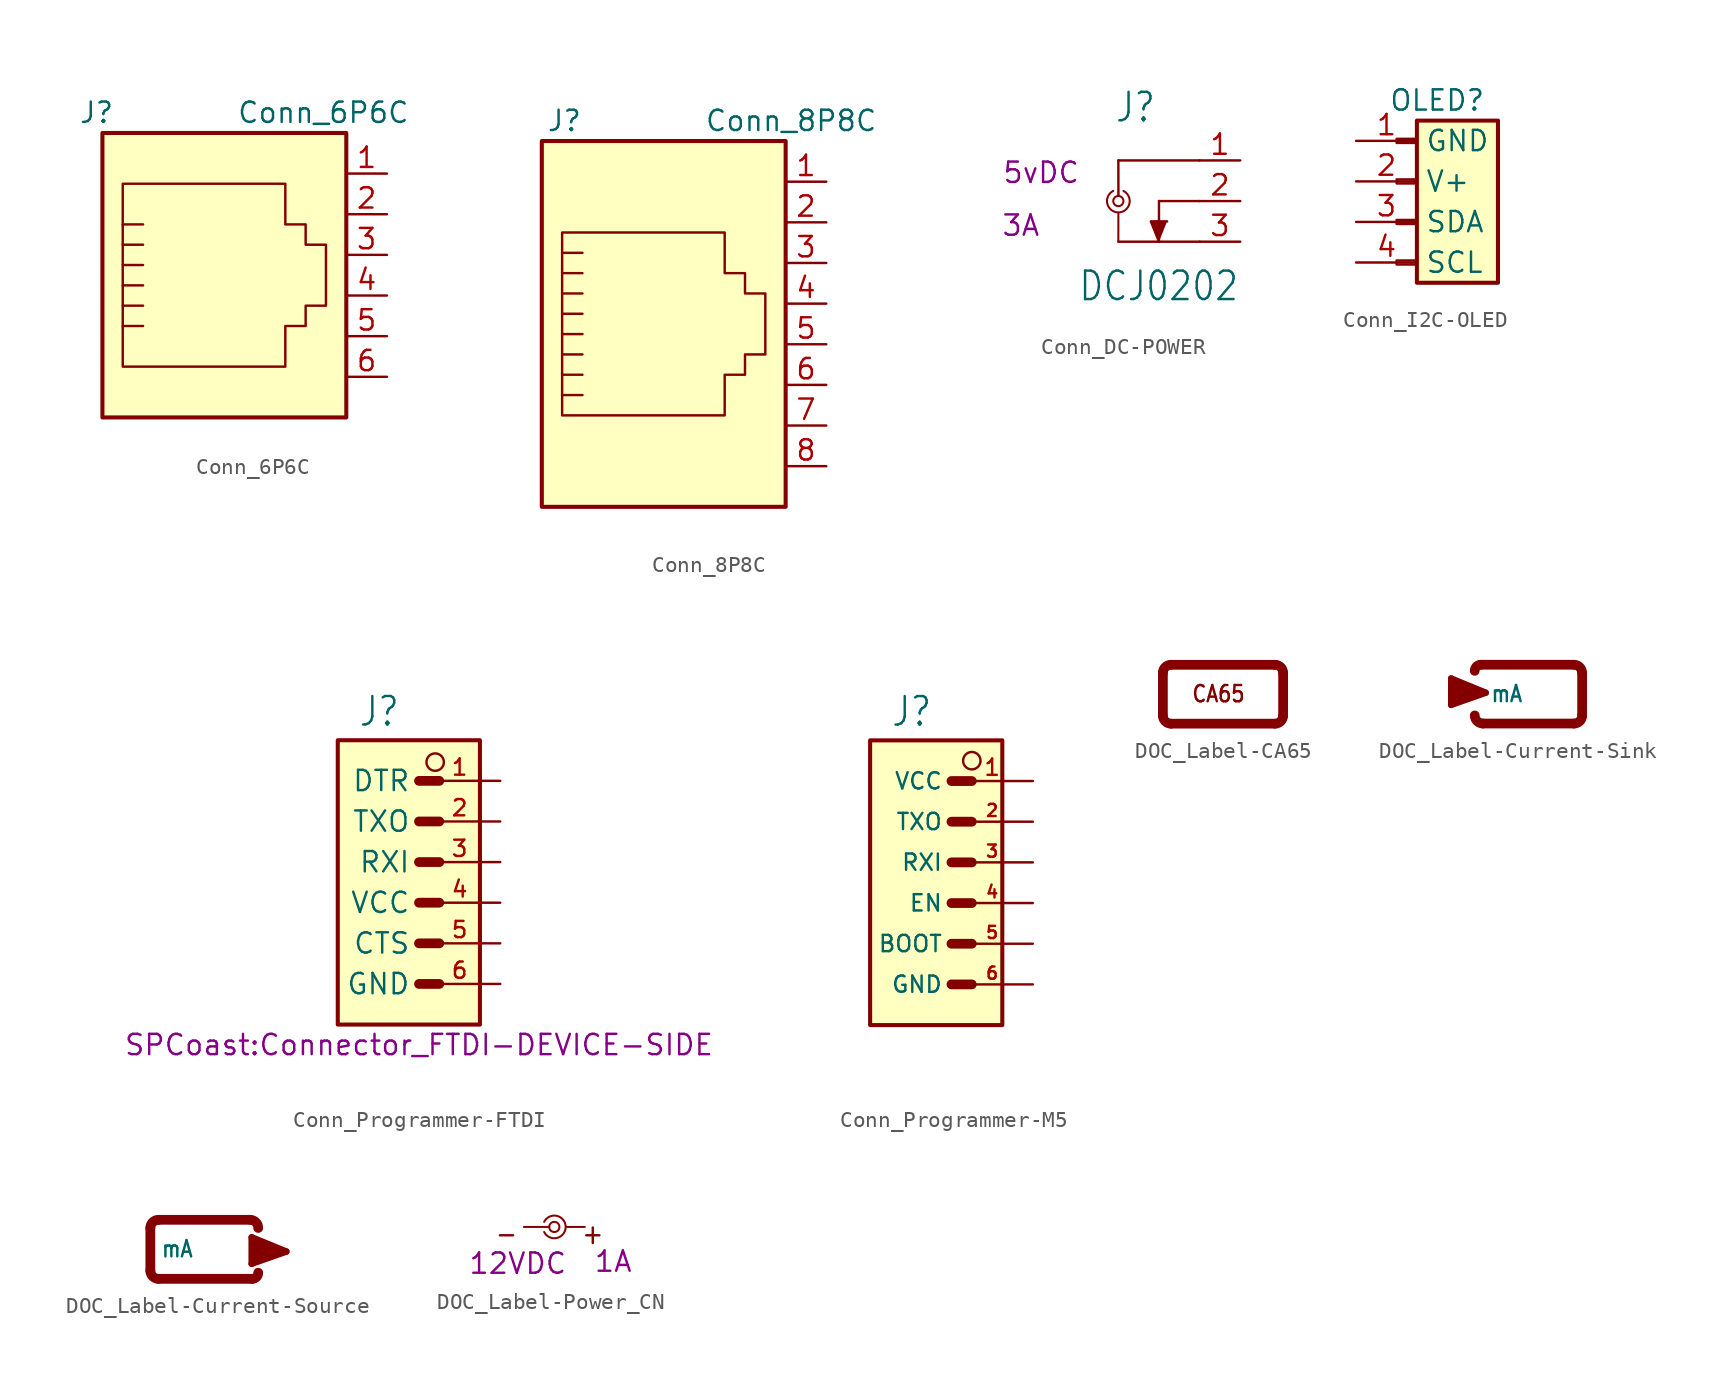
<source format=kicad_sym>
(kicad_symbol_lib
  (version 20241209)
  (generator "kicad_symbol_editor")
  (generator_version "9.0")
  (symbol "Conn_6P6C"
    (pin_names
      (offset 1.016))
    (property "Reference" "J"
      (at -6.858 8.89 0)
      (effects (font (size 1.27 1.27)) (justify right)))
    (property "Value" "Conn_6P6C"
      (at 0.762 8.89 0)
      (effects (font (size 1.27 1.27)) (justify left)))
    (symbol "Conn_6P6C_0_1"
      (polyline (pts (xy -6.35 4.445) (xy -6.35 -6.985) (xy 3.81 -6.985) (xy 3.81 -4.445) (xy 5.08 -4.445) (xy 5.08 -3.175) (xy 6.35 -3.175) (xy 6.35 0.635) (xy 5.08 0.635) (xy 5.08 1.905) (xy 3.81 1.905) (xy 3.81 4.445) (xy -6.35 4.445) (xy -6.35 4.445)) (stroke (width 0) (type default)) (fill (type none)))
      (polyline (pts (xy -6.35 1.905) (xy -5.08 1.905) (xy -5.08 1.905)) (stroke (width 0) (type default)) (fill (type none)))
      (polyline (pts (xy -6.35 0.635) (xy -5.08 0.635) (xy -5.08 0.635)) (stroke (width 0) (type default)) (fill (type none)))
      (polyline (pts (xy -6.35 -0.635) (xy -5.08 -0.635) (xy -5.08 -0.635)) (stroke (width 0) (type default)) (fill (type none)))
      (polyline (pts (xy -6.35 -1.905) (xy -5.08 -1.905) (xy -5.08 -1.905)) (stroke (width 0) (type default)) (fill (type none)))
      (polyline (pts (xy -6.35 -3.175) (xy -5.08 -3.175) (xy -5.08 -3.175)) (stroke (width 0) (type default)) (fill (type none)))
      (polyline (pts (xy -5.08 -4.445) (xy -6.35 -4.445) (xy -6.35 -4.445)) (stroke (width 0) (type default)) (fill (type none)))
      (rectangle (start 7.62 -10.16) (end -7.62 7.62) (stroke (width 0.254) (type default)) (fill (type background))))
    (symbol "Conn_6P6C_1_1"
      (pin passive line (at 10.16 5.08 180) (length 2.54) (name "~" (effects (font (size 1.27 1.27)))) (number "1" (effects (font (size 1.27 1.27)))))
      (pin passive line (at 10.16 2.54 180) (length 2.54) (name "~" (effects (font (size 1.27 1.27)))) (number "2" (effects (font (size 1.27 1.27)))))
      (pin passive line (at 10.16 0 180) (length 2.54) (name "~" (effects (font (size 1.27 1.27)))) (number "3" (effects (font (size 1.27 1.27)))))
      (pin passive line (at 10.16 -2.54 180) (length 2.54) (name "~" (effects (font (size 1.27 1.27)))) (number "4" (effects (font (size 1.27 1.27)))))
      (pin passive line (at 10.16 -5.08 180) (length 2.54) (name "~" (effects (font (size 1.27 1.27)))) (number "5" (effects (font (size 1.27 1.27)))))
      (pin passive line (at 10.16 -7.62 180) (length 2.54) (name "~" (effects (font (size 1.27 1.27)))) (number "6" (effects (font (size 1.27 1.27)))))))
  (symbol "Conn_8P8C"
    (pin_names
      (offset 1.016))
    (property "Reference" "J"
      (at -5.08 13.97 0)
      (effects (font (size 1.27 1.27)) (justify right)))
    (property "Value" "Conn_8P8C"
      (at 2.54 13.97 0)
      (effects (font (size 1.27 1.27)) (justify left)))
    (symbol "Conn_8P8C_0_1"
      (polyline (pts (xy -6.35 6.985) (xy -6.35 -4.445) (xy 3.81 -4.445) (xy 3.81 -1.905) (xy 5.08 -1.905) (xy 5.08 -0.635) (xy 6.35 -0.635) (xy 6.35 3.175) (xy 5.08 3.175) (xy 5.08 4.445) (xy 3.81 4.445) (xy 3.81 6.985) (xy -6.35 6.985) (xy -6.35 6.985)) (stroke (width 0) (type default)) (fill (type none)))
      (polyline (pts (xy -6.35 5.715) (xy -5.08 5.715) (xy -5.08 5.715)) (stroke (width 0) (type default)) (fill (type none)))
      (polyline (pts (xy -6.35 4.445) (xy -5.08 4.445) (xy -5.08 4.445)) (stroke (width 0) (type default)) (fill (type none)))
      (polyline (pts (xy -6.35 3.175) (xy -5.08 3.175) (xy -5.08 3.175)) (stroke (width 0) (type default)) (fill (type none)))
      (polyline (pts (xy -6.35 1.905) (xy -5.08 1.905) (xy -5.08 1.905)) (stroke (width 0) (type default)) (fill (type none)))
      (polyline (pts (xy -6.35 0.635) (xy -5.08 0.635) (xy -5.08 0.635)) (stroke (width 0) (type default)) (fill (type none)))
      (polyline (pts (xy -5.08 -0.635) (xy -6.35 -0.635) (xy -6.35 -0.635)) (stroke (width 0) (type default)) (fill (type none)))
      (polyline (pts (xy -5.08 -1.905) (xy -6.35 -1.905)) (stroke (width 0) (type default)) (fill (type none)))
      (polyline (pts (xy -5.08 -3.175) (xy -6.35 -3.175)) (stroke (width 0) (type default)) (fill (type none)))
      (rectangle (start 7.62 -10.16) (end -7.62 12.7) (stroke (width 0.254) (type default)) (fill (type background))))
    (symbol "Conn_8P8C_1_1"
      (pin passive line (at 10.16 10.16 180) (length 2.54) (name "~" (effects (font (size 1.27 1.27)))) (number "1" (effects (font (size 1.27 1.27)))))
      (pin passive line (at 10.16 7.62 180) (length 2.54) (name "~" (effects (font (size 1.27 1.27)))) (number "2" (effects (font (size 1.27 1.27)))))
      (pin passive line (at 10.16 5.08 180) (length 2.54) (name "~" (effects (font (size 1.27 1.27)))) (number "3" (effects (font (size 1.27 1.27)))))
      (pin passive line (at 10.16 2.54 180) (length 2.54) (name "~" (effects (font (size 1.27 1.27)))) (number "4" (effects (font (size 1.27 1.27)))))
      (pin passive line (at 10.16 0 180) (length 2.54) (name "~" (effects (font (size 1.27 1.27)))) (number "5" (effects (font (size 1.27 1.27)))))
      (pin passive line (at 10.16 -2.54 180) (length 2.54) (name "~" (effects (font (size 1.27 1.27)))) (number "6" (effects (font (size 1.27 1.27)))))
      (pin passive line (at 10.16 -5.08 180) (length 2.54) (name "~" (effects (font (size 1.27 1.27)))) (number "7" (effects (font (size 1.27 1.27)))))
      (pin passive line (at 10.16 -7.62 180) (length 2.54) (name "~" (effects (font (size 1.27 1.27)))) (number "8" (effects (font (size 1.27 1.27)))))))
  (symbol "Conn_DC-POWER"
    (property "Reference" "J"
      (at -0.254 4.826 0)
      (effects (font (size 1.778 1.511)) (justify left bottom)))
    (property "Value" "DCJ0202"
      (at -2.54 -6.35 0)
      (effects (font (size 1.778 1.511)) (justify left bottom)))
    (property "Voltage" "5vDC"
      (at -4.826 1.778 0)
      (effects (font (size 1.27 1.27))))
    (property "Amperage" "3A"
      (at -6.096 -1.524 0)
      (effects (font (size 1.27 1.27))))
    (symbol "Conn_DC-POWER_1_0"
      (polyline (pts (xy 0 2.54) (xy 0.005 0.33)) (stroke (width 0.152) (type solid)) (fill (type none)))
      (polyline (pts (xy 0 2.54) (xy 5.08 2.54)) (stroke (width 0.152) (type solid)) (fill (type none)))
      (circle (center 0 0) (radius 0.318) (stroke (width 0.127) (type solid)) (fill (type none)))
      (arc (start 0.3175 0.635) (mid 0 -0.71) (end -0.3175 0.635) (stroke (width 0.127) (type solid)) (fill (type none)))
      (polyline (pts (xy 0.003 -0.778) (xy 0 -2.54)) (stroke (width 0.127) (type solid)) (fill (type none)))
      (polyline (pts (xy 2.54 0) (xy 2.54 -2.54)) (stroke (width 0.152) (type solid)) (fill (type none)))
      (polyline (pts (xy 2.54 -2.54) (xy 0 -2.54)) (stroke (width 0.152) (type solid)) (fill (type none)))
      (polyline (pts (xy 2.54 -2.54) (xy 2.032 -1.27) (xy 3.048 -1.27)) (stroke (width 0.152) (type solid)) (fill (type outline)))
      (polyline (pts (xy 5.08 0) (xy 2.54 0)) (stroke (width 0.152) (type solid)) (fill (type none)))
      (polyline (pts (xy 5.08 -2.54) (xy 2.54 -2.54)) (stroke (width 0.152) (type solid)) (fill (type none)))
      (pin power_out line (at 7.62 2.54 180) (length 2.54) (name "1" (effects (font (size 0 0)))) (number "1" (effects (font (size 1.27 1.27)))))
      (pin output line (at 7.62 0 180) (length 2.54) (name "2" (effects (font (size 0 0)))) (number "2" (effects (font (size 1.27 1.27)))))
      (pin power_out line (at 7.62 -2.54 180) (length 2.54) (name "3" (effects (font (size 0 0)))) (number "3" (effects (font (size 1.27 1.27)))))))
  (symbol "Conn_I2C-OLED"
    (property "Reference" "OLED"
      (at 0 2.54 0)
      (effects (font (size 1.27 1.27))))
    (symbol "Conn_I2C-OLED_1_1"
      (rectangle (start -2.54 0.127) (end -1.27 -0.127) (stroke (width 0.152) (type default)) (fill (type none)))
      (rectangle (start -2.54 -2.413) (end -1.27 -2.667) (stroke (width 0.152) (type default)) (fill (type none)))
      (rectangle (start -2.54 -4.953) (end -1.27 -5.207) (stroke (width 0.152) (type default)) (fill (type none)))
      (rectangle (start -2.54 -7.493) (end -1.27 -7.747) (stroke (width 0.152) (type default)) (fill (type none)))
      (rectangle (start -1.27 1.27) (end 3.81 -8.89) (stroke (width 0.254) (type default)) (fill (type background)))
      (pin passive line (at -5.08 0 0) (length 3.81) (name "GND" (effects (font (size 1.27 1.27)))) (number "1" (effects (font (size 1.27 1.27)))))
      (pin passive line (at -5.08 -2.54 0) (length 3.81) (name "V+" (effects (font (size 1.27 1.27)))) (number "2" (effects (font (size 1.27 1.27)))))
      (pin open_collector line (at -5.08 -5.08 0) (length 3.81) (name "SDA" (effects (font (size 1.27 1.27)))) (number "3" (effects (font (size 1.27 1.27)))))
      (pin open_collector line (at -5.08 -7.62 0) (length 3.81) (name "SCL" (effects (font (size 1.27 1.27)))) (number "4" (effects (font (size 1.27 1.27)))))))
  (symbol "Conn_Programmer-FTDI"
    (property "Reference" "J"
      (at -3.81 8.382 0)
      (effects (font (size 1.778 1.511)) (justify left bottom)))
    (property "Value" ""
      (at -6.35 -12.7 0)
      (effects (font (size 1.778 1.511)) (justify left bottom)))
    (property "Footprint" "SPCoast:Connector_FTDI-DEVICE-SIDE"
      (at 0 -11.43 0)
      (effects (font (size 1.27 1.27))))
    (symbol "Conn_Programmer-FTDI_0_1"
      (circle (center 1.011 6.252) (radius 0.544) (stroke (width 0) (type default)) (fill (type none))))
    (symbol "Conn_Programmer-FTDI_1_0"
      (polyline (pts (xy 0 5.08) (xy 1.27 5.08)) (stroke (width 0.61) (type solid)) (fill (type none)))
      (polyline (pts (xy 0 2.54) (xy 1.27 2.54)) (stroke (width 0.61) (type solid)) (fill (type none)))
      (polyline (pts (xy 0 0) (xy 1.27 0)) (stroke (width 0.61) (type solid)) (fill (type none)))
      (polyline (pts (xy 0 -2.54) (xy 1.27 -2.54)) (stroke (width 0.61) (type solid)) (fill (type none)))
      (polyline (pts (xy 0 -5.08) (xy 1.27 -5.08)) (stroke (width 0.61) (type solid)) (fill (type none)))
      (polyline (pts (xy 0 -7.62) (xy 1.27 -7.62)) (stroke (width 0.61) (type solid)) (fill (type none)))
      (pin input line (at 5.08 5.08 180) (length 5.08) (name "DTR" (effects (font (size 1.27 1.27)))) (number "1" (effects (font (size 1.016 1.016)))))
      (pin output line (at 5.08 2.54 180) (length 5.08) (name "TXO" (effects (font (size 1.27 1.27)))) (number "2" (effects (font (size 1.016 1.016)))))
      (pin input line (at 5.08 0 180) (length 5.08) (name "RXI" (effects (font (size 1.27 1.27)))) (number "3" (effects (font (size 1.016 1.016)))))
      (pin power_in line (at 5.08 -2.54 180) (length 5.08) (name "VCC" (effects (font (size 1.27 1.27)))) (number "4" (effects (font (size 1.016 1.016)))))
      (pin input line (at 5.08 -5.08 180) (length 5.08) (name "CTS" (effects (font (size 1.27 1.27)))) (number "5" (effects (font (size 1.016 1.016)))))
      (pin power_in line (at 5.08 -7.62 180) (length 5.08) (name "GND" (effects (font (size 1.27 1.27)))) (number "6" (effects (font (size 1.016 1.016))))))
    (symbol "Conn_Programmer-FTDI_1_1"
      (rectangle (start -5.08 7.62) (end 3.81 -10.16) (stroke (width 0.254) (type default)) (fill (type background)))))
  (symbol "Conn_Programmer-M5"
    (property "Reference" "J"
      (at -3.81 8.382 0)
      (effects (font (size 1.778 1.511)) (justify left bottom)))
    (property "Value" ""
      (at -3.81 -12.7 0)
      (effects (font (size 1.778 1.511)) (justify left bottom)))
    (symbol "Conn_Programmer-M5_0_1"
      (circle (center 1.27 6.35) (radius 0.544) (stroke (width 0) (type default)) (fill (type none))))
    (symbol "Conn_Programmer-M5_1_0"
      (polyline (pts (xy 0 5.08) (xy 1.27 5.08)) (stroke (width 0.61) (type solid)) (fill (type none)))
      (polyline (pts (xy 0 2.54) (xy 1.27 2.54)) (stroke (width 0.61) (type solid)) (fill (type none)))
      (polyline (pts (xy 0 0) (xy 1.27 0)) (stroke (width 0.61) (type solid)) (fill (type none)))
      (polyline (pts (xy 0 -2.54) (xy 1.27 -2.54)) (stroke (width 0.61) (type solid)) (fill (type none)))
      (polyline (pts (xy 0 -5.08) (xy 1.27 -5.08)) (stroke (width 0.61) (type solid)) (fill (type none)))
      (polyline (pts (xy 0 -7.62) (xy 1.27 -7.62)) (stroke (width 0.61) (type solid)) (fill (type none)))
      (pin power_in line (at 5.08 5.08 180) (length 5.08) (name "VCC" (effects (font (size 1.016 1.016)))) (number "1" (effects (font (size 1.016 1.016)))))
      (pin output line (at 5.08 2.54 180) (length 5.08) (name "TXO" (effects (font (size 1.016 1.016)))) (number "2" (effects (font (size 0.762 0.762)))))
      (pin input line (at 5.08 0 180) (length 5.08) (name "RXI" (effects (font (size 1.016 1.016)))) (number "3" (effects (font (size 0.762 0.762)))))
      (pin input line (at 5.08 -2.54 180) (length 5.08) (name "EN" (effects (font (size 1.016 1.016)))) (number "4" (effects (font (size 0.762 0.762)))))
      (pin input line (at 5.08 -5.08 180) (length 5.08) (name "BOOT" (effects (font (size 1.016 1.016)))) (number "5" (effects (font (size 0.762 0.762)))))
      (pin power_in line (at 5.08 -7.62 180) (length 5.08) (name "GND" (effects (font (size 1.016 1.016)))) (number "6" (effects (font (size 0.762 0.762))))))
    (symbol "Conn_Programmer-M5_1_1"
      (rectangle (start -5.08 7.62) (end 3.175 -10.16) (stroke (width 0.254) (type default)) (fill (type background)))))
  (symbol "DOC_Label-CA65"
    (property "Reference" "Prop65"
      (at 0 0 0)
      (effects (font (size 1.27 1.27)) (hide yes)))
    (symbol "DOC_Label-CA65_1_0"
      (polyline (pts (xy -3.759 1.295) (xy -3.759 -1.372)) (stroke (width 0.61) (type solid)) (fill (type none)))
      (polyline (pts (xy -3.251 1.803) (xy 3.251 1.803)) (stroke (width 0.61) (type solid)) (fill (type none)))
      (arc (start -3.7592 1.2954) (mid -3.6104 1.6546) (end -3.2512 1.8034) (stroke (width 0.6096) (type solid)) (fill (type none)))
      (arc (start -3.2512 -1.8796) (mid -3.6104 -1.7308) (end -3.7592 -1.3716) (stroke (width 0.6096) (type solid)) (fill (type none)))
      (arc (start 3.7592 -1.3716) (mid 3.6099 -1.7302) (end 3.2512 -1.8796) (stroke (width 0.6096) (type solid)) (fill (type none)))
      (arc (start 3.2512 1.8034) (mid 3.6104 1.6546) (end 3.7592 1.2954) (stroke (width 0.6096) (type solid)) (fill (type none)))
      (polyline (pts (xy 3.251 -1.88) (xy -3.251 -1.88)) (stroke (width 0.61) (type solid)) (fill (type none)))
      (polyline (pts (xy 3.759 1.295) (xy 3.759 -1.372)) (stroke (width 0.61) (type solid)) (fill (type none)))
      (text "CA65" (at -2.007 -0.61 0) (effects (font (size 1.016 0.864)) (justify left bottom)))))
  (symbol "DOC_Label-Current-Sink"
    (pin_numbers
      (hide yes))
    (pin_names
      (offset 0)
      (hide yes))
    (property "Reference" "P"
      (at 5.461 0.127 0)
      (effects (font (size 1.27 1.27)) (hide yes)))
    (property "Value" "mA"
      (at -2.007 -0.61 0)
      (effects (font (size 1.016 0.864)) (justify left bottom)))
    (symbol "DOC_Label-Current-Sink_1_0"
      (polyline (pts (xy -4.445 0.94) (xy -2.286 0.051)) (stroke (width 0.406) (type solid)) (fill (type none)))
      (polyline (pts (xy -4.445 -0.711) (xy -4.445 0.94)) (stroke (width 0.406) (type solid)) (fill (type none)))
      (polyline (pts (xy -4.318 0.813) (xy -4.318 -0.457)) (stroke (width 0.406) (type solid)) (fill (type none)))
      (polyline (pts (xy -4.064 0.432) (xy -3.048 0.051)) (stroke (width 0.406) (type solid)) (fill (type none)))
      (polyline (pts (xy -3.937 -0.33) (xy -4.064 0.432)) (stroke (width 0.406) (type solid)) (fill (type none)))
      (polyline (pts (xy -3.048 0.051) (xy -3.81 -0.076)) (stroke (width 0.406) (type solid)) (fill (type none)))
      (polyline (pts (xy -2.591 1.803) (xy 3.251 1.803)) (stroke (width 0.61) (type solid)) (fill (type none)))
      (arc (start -2.9718 1.4224) (mid -2.8602 1.6918) (end -2.5908 1.8034) (stroke (width 0.6096) (type solid)) (fill (type none)))
      (arc (start -2.4638 -1.8796) (mid -2.823 -1.7308) (end -2.9718 -1.3716) (stroke (width 0.6096) (type solid)) (fill (type none)))
      (polyline (pts (xy -2.286 0.051) (xy -4.445 -0.711)) (stroke (width 0.406) (type solid)) (fill (type none)))
      (arc (start 3.7592 -1.3716) (mid 3.6099 -1.7302) (end 3.2512 -1.8796) (stroke (width 0.6096) (type solid)) (fill (type none)))
      (arc (start 3.2512 1.8034) (mid 3.6104 1.6546) (end 3.7592 1.2954) (stroke (width 0.6096) (type solid)) (fill (type none)))
      (polyline (pts (xy 3.251 -1.88) (xy -2.464 -1.88)) (stroke (width 0.61) (type solid)) (fill (type none)))
      (polyline (pts (xy 3.759 1.295) (xy 3.759 -1.372)) (stroke (width 0.61) (type solid)) (fill (type none)))))
  (symbol "DOC_Label-Current-Source"
    (pin_numbers
      (hide yes))
    (pin_names
      (offset 0)
      (hide yes))
    (property "Reference" "P"
      (at 0 0 0)
      (effects (font (size 1.27 1.27)) (hide yes)))
    (property "Value" "mA"
      (at -2.896 -0.457 0)
      (effects (font (size 1.016 0.864)) (justify left bottom)))
    (symbol "DOC_Label-Current-Source_1_0"
      (polyline (pts (xy -3.531 -1.219) (xy -3.531 1.448)) (stroke (width 0.61) (type solid)) (fill (type none)))
      (polyline (pts (xy -3.023 1.956) (xy 2.692 1.956)) (stroke (width 0.61) (type solid)) (fill (type none)))
      (arc (start -3.5306 1.4478) (mid -3.3818 1.807) (end -3.0226 1.9558) (stroke (width 0.6096) (type solid)) (fill (type none)))
      (arc (start -3.0226 -1.7272) (mid -3.3818 -1.5784) (end -3.5306 -1.2192) (stroke (width 0.6096) (type solid)) (fill (type none)))
      (arc (start 2.6924 1.9558) (mid 3.0513 1.8069) (end 3.2004 1.4478) (stroke (width 0.6096) (type solid)) (fill (type none)))
      (polyline (pts (xy 2.794 0.864) (xy 4.953 -0.025)) (stroke (width 0.406) (type solid)) (fill (type none)))
      (polyline (pts (xy 2.794 -0.787) (xy 2.794 0.864)) (stroke (width 0.406) (type solid)) (fill (type none)))
      (polyline (pts (xy 2.819 -1.727) (xy -3.023 -1.727)) (stroke (width 0.61) (type solid)) (fill (type none)))
      (arc (start 3.2004 -1.3462) (mid 3.0901 -1.6179) (end 2.8194 -1.7272) (stroke (width 0.6096) (type solid)) (fill (type none)))
      (polyline (pts (xy 2.921 0.737) (xy 2.921 -0.533)) (stroke (width 0.406) (type solid)) (fill (type none)))
      (polyline (pts (xy 3.175 0.356) (xy 4.191 -0.025)) (stroke (width 0.406) (type solid)) (fill (type none)))
      (polyline (pts (xy 3.302 -0.406) (xy 3.175 0.356)) (stroke (width 0.406) (type solid)) (fill (type none)))
      (polyline (pts (xy 4.191 -0.025) (xy 3.429 -0.152)) (stroke (width 0.406) (type solid)) (fill (type none)))
      (polyline (pts (xy 4.953 -0.025) (xy 2.794 -0.787)) (stroke (width 0.406) (type solid)) (fill (type none)))))
  (symbol "DOC_Label-Power_CN"
    (property "Reference" "PWR-LABEL"
      (at 0.762 3.556 0)
      (effects (font (size 1.27 1.27)) (hide yes)))
    (property "A" "1A"
      (at 3.683 -0.889 0)
      (effects (font (size 1.27 1.27))))
    (property "V" "12VDC"
      (at -2.286 -1.016 0)
      (effects (font (size 1.27 1.27))))
    (symbol "DOC_Label-Power_CN_1_0"
      (polyline (pts (xy -0.318 1.27) (xy -1.905 1.27)) (stroke (width 0.127) (type solid)) (fill (type none)))
      (arc (start -0.635 1.5875) (mid 0.71 1.27) (end -0.635 0.9525) (stroke (width 0.127) (type solid)) (fill (type none)))
      (circle (center 0 1.27) (radius 0.318) (stroke (width 0.127) (type solid)) (fill (type none)))
      (polyline (pts (xy 0.762 1.27) (xy 1.905 1.27)) (stroke (width 0.127) (type solid)) (fill (type none)))
      (text "-" (at -2.223 1.587 0) (effects (font (size 1.27 1.079)) (justify right top)))
      (text "+" (at 3.175 1.587 0) (effects (font (size 1.27 1.079)) (justify right top))))))
</source>
